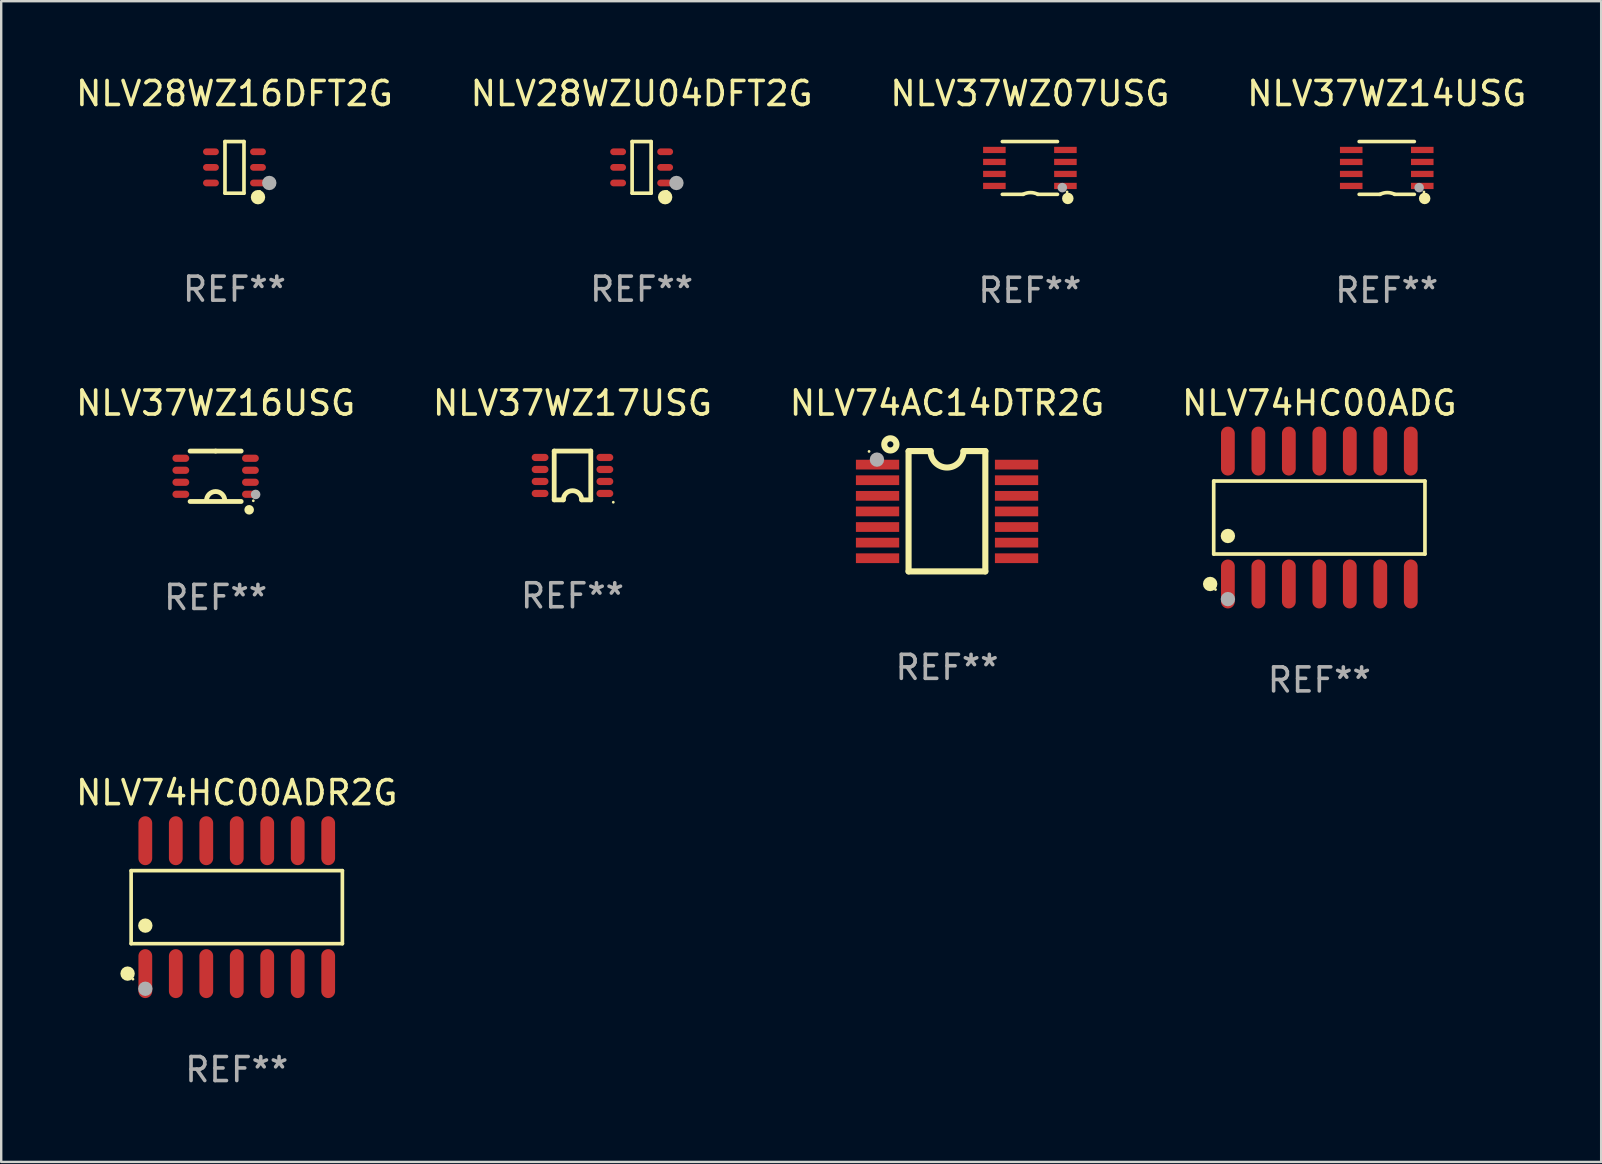
<source format=kicad_pcb>
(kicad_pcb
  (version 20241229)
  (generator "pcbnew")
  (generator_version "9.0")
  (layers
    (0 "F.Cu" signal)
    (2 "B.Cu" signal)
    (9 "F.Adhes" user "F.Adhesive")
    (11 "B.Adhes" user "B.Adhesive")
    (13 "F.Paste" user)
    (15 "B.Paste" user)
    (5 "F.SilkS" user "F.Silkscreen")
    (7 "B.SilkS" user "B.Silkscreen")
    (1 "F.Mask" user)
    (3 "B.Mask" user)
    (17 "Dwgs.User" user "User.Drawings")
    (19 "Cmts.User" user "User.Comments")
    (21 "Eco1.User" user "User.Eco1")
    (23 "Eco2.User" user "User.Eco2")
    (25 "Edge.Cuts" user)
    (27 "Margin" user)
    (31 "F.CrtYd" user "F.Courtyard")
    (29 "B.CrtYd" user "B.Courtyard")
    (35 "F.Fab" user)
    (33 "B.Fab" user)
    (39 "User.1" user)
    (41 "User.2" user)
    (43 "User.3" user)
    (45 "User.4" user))
  (footprint "NLV37WZ17USG"
    (layer "F.Cu")
    (at 20.804 16.761)
    (property "Reference" "NLV37WZ17USG" (at 0 -3.016 0) (layer "F.SilkS") (effects (font (size 1 1) (thickness 0.15))))
    (attr through_hole)
    (fp_line (start -0.762 -1.016) (end 0.762 -1.016) (stroke (width 0.2) (type solid)) (layer "F.SilkS"))
    (fp_line (start -0.762 1.016) (end -0.762 -1.016) (stroke (width 0.2) (type solid)) (layer "F.SilkS"))
    (fp_line (start -0.381 1.016) (end -0.762 1.016) (stroke (width 0.2) (type solid)) (layer "F.SilkS"))
    (fp_line (start 0.762 -1.016) (end 0.762 1.016) (stroke (width 0.2) (type solid)) (layer "F.SilkS"))
    (fp_line (start 0.762 1.016) (end 0.381 1.016) (stroke (width 0.2) (type solid)) (layer "F.SilkS"))
    (fp_arc (start -0.381051 1.015977) (mid -0.000025 0.635281) (end 0.381001 1.015977) (stroke (width 0.2) (type solid)) (layer "F.SilkS"))
    (fp_circle (center 1.7 1.116) (end 1.73 1.116) (stroke (width 0.06) (type solid)) (fill no) (layer "F.SilkS"))
    (fp_text user "REF**" (at 0 5.016 0) (layer "F.Fab") (effects (font (size 1 1) (thickness 0.15))))
    (pad "1" smd oval (at 1.35 0.75 90) (size 0.3 0.7) (layers "F.Cu" "F.Mask" "F.Paste"))
    (pad "2" smd oval (at 1.35 0.25 90) (size 0.3 0.7) (layers "F.Cu" "F.Mask" "F.Paste"))
    (pad "3" smd oval (at 1.35 -0.25 90) (size 0.3 0.7) (layers "F.Cu" "F.Mask" "F.Paste"))
    (pad "4" smd oval (at 1.35 -0.75 90) (size 0.3 0.7) (layers "F.Cu" "F.Mask" "F.Paste"))
    (pad "5" smd oval (at -1.35 -0.75 90) (size 0.3 0.7) (layers "F.Cu" "F.Mask" "F.Paste"))
    (pad "6" smd oval (at -1.35 -0.25 90) (size 0.3 0.7) (layers "F.Cu" "F.Mask" "F.Paste"))
    (pad "7" smd oval (at -1.35 0.25 90) (size 0.3 0.7) (layers "F.Cu" "F.Mask" "F.Paste"))
    (pad "8" smd oval (at -1.35 0.75 90) (size 0.3 0.7) (layers "F.Cu" "F.Mask" "F.Paste")))
  (footprint "NLV28WZU04DFT2G"
    (layer "F.Cu")
    (at 23.685 3.924)
    (property "Reference" "NLV28WZU04DFT2G" (at 0 -3.076 0) (layer "F.SilkS") (effects (font (size 1 1) (thickness 0.15))))
    (attr through_hole)
    (fp_line (start -0.396 -1.076) (end 0.396 -1.076) (stroke (width 0.152) (type solid)) (layer "F.SilkS"))
    (fp_line (start -0.396 1.076) (end -0.396 -1.076) (stroke (width 0.152) (type solid)) (layer "F.SilkS"))
    (fp_line (start 0.396 -1.076) (end 0.396 1.076) (stroke (width 0.152) (type solid)) (layer "F.SilkS"))
    (fp_line (start 0.396 1.076) (end -0.396 1.076) (stroke (width 0.152) (type solid)) (layer "F.SilkS"))
    (fp_circle (center 0.98 1.242) (end 1.13 1.242) (stroke (width 0.3) (type solid)) (fill no) (layer "F.SilkS"))
    (fp_circle (center 1.05 1) (end 1.08 1) (stroke (width 0.06) (type solid)) (fill no) (layer "F.SilkS"))
    (fp_circle (center 1.45 0.65) (end 1.6 0.65) (stroke (width 0.3) (type solid)) (fill no) (layer "F.Fab"))
    (fp_text user "REF**" (at 0 5.076 0) (layer "F.Fab") (effects (font (size 1 1) (thickness 0.15))))
    (pad "1" smd oval (at 0.98 0.65 90) (size 0.28 0.66) (layers "F.Cu" "F.Mask" "F.Paste"))
    (pad "2" smd oval (at 0.98 0 90) (size 0.28 0.66) (layers "F.Cu" "F.Mask" "F.Paste"))
    (pad "3" smd oval (at 0.98 -0.65 90) (size 0.28 0.66) (layers "F.Cu" "F.Mask" "F.Paste"))
    (pad "4" smd oval (at -0.98 -0.65 90) (size 0.28 0.66) (layers "F.Cu" "F.Mask" "F.Paste"))
    (pad "5" smd oval (at -0.98 0 90) (size 0.28 0.66) (layers "F.Cu" "F.Mask" "F.Paste"))
    (pad "6" smd oval (at -0.98 0.65 90) (size 0.28 0.66) (layers "F.Cu" "F.Mask" "F.Paste")))
  (footprint "NLV37WZ14USG"
    (layer "F.Cu")
    (at 54.732 3.948)
    (property "Reference" "NLV37WZ14USG" (at 0 -3.1 0) (layer "F.SilkS") (effects (font (size 1 1) (thickness 0.15))))
    (attr through_hole)
    (fp_line (start -1.15 -1.1) (end 1.15 -1.1) (stroke (width 0.15) (type solid)) (layer "F.SilkS"))
    (fp_line (start -1.15 1.1) (end -0.282 1.1) (stroke (width 0.15) (type solid)) (layer "F.SilkS"))
    (fp_line (start 1.15 1.1) (end 0.332 1.1) (stroke (width 0.15) (type solid)) (layer "F.SilkS"))
    (fp_arc (start -0.282449 1.1) (mid 0.025014 1.026651) (end 0.332741 1.098882) (stroke (width 0.150013) (type solid)) (layer "F.SilkS"))
    (fp_circle (center 1.55 1) (end 1.58 1) (stroke (width 0.06) (type solid)) (fill no) (layer "F.SilkS"))
    (fp_circle (center 1.58 1.27) (end 1.7 1.27) (stroke (width 0.24) (type solid)) (fill no) (layer "F.SilkS"))
    (fp_circle (center 1.35 0.82) (end 1.45 0.82) (stroke (width 0.2) (type solid)) (fill no) (layer "F.Fab"))
    (fp_text user "REF**" (at 0 5.1 0) (layer "F.Fab") (effects (font (size 1 1) (thickness 0.15))))
    (pad "1" smd rect (at 1.48 0.75) (size 0.94 0.26) (layers "F.Cu" "F.Mask" "F.Paste"))
    (pad "2" smd rect (at 1.48 0.25) (size 0.94 0.26) (layers "F.Cu" "F.Mask" "F.Paste"))
    (pad "3" smd rect (at 1.48 -0.25) (size 0.94 0.26) (layers "F.Cu" "F.Mask" "F.Paste"))
    (pad "4" smd rect (at 1.48 -0.75) (size 0.94 0.26) (layers "F.Cu" "F.Mask" "F.Paste"))
    (pad "5" smd rect (at -1.48 -0.75) (size 0.94 0.26) (layers "F.Cu" "F.Mask" "F.Paste"))
    (pad "6" smd rect (at -1.48 -0.25) (size 0.94 0.26) (layers "F.Cu" "F.Mask" "F.Paste"))
    (pad "7" smd rect (at -1.48 0.25) (size 0.94 0.26) (layers "F.Cu" "F.Mask" "F.Paste"))
    (pad "8" smd rect (at -1.48 0.75) (size 0.94 0.26) (layers "F.Cu" "F.Mask" "F.Paste")))
  (footprint "NLV74HC00ADG"
    (layer "F.Cu")
    (at 51.923 18.514)
    (property "Reference" "NLV74HC00ADG" (at 0 -4.769 0) (layer "F.SilkS") (effects (font (size 1 1) (thickness 0.15))))
    (attr through_hole)
    (fp_line (start -4.401 -1.521) (end 4.401 -1.521) (stroke (width 0.152) (type solid)) (layer "F.SilkS"))
    (fp_line (start -4.401 1.521) (end -4.401 -1.521) (stroke (width 0.152) (type solid)) (layer "F.SilkS"))
    (fp_line (start 4.401 -1.521) (end 4.401 1.521) (stroke (width 0.152) (type solid)) (layer "F.SilkS"))
    (fp_line (start 4.401 1.521) (end -4.401 1.521) (stroke (width 0.152) (type solid)) (layer "F.SilkS"))
    (fp_circle (center -4.549 2.769) (end -4.399 2.769) (stroke (width 0.3) (type solid)) (fill no) (layer "F.SilkS"))
    (fp_circle (center -4.325 3) (end -4.295 3) (stroke (width 0.06) (type solid)) (fill no) (layer "F.SilkS"))
    (fp_circle (center -3.81 0.769) (end -3.66 0.769) (stroke (width 0.3) (type solid)) (fill no) (layer "F.SilkS"))
    (fp_circle (center -3.81 3.4) (end -3.66 3.4) (stroke (width 0.3) (type solid)) (fill no) (layer "F.Fab"))
    (fp_text user "REF**" (at 0 6.769 0) (layer "F.Fab") (effects (font (size 1 1) (thickness 0.15))))
    (pad "1" smd oval (at -3.81 2.769) (size 0.574 2.038) (layers "F.Cu" "F.Mask" "F.Paste"))
    (pad "2" smd oval (at -2.54 2.769) (size 0.574 2.038) (layers "F.Cu" "F.Mask" "F.Paste"))
    (pad "3" smd oval (at -1.27 2.769) (size 0.574 2.038) (layers "F.Cu" "F.Mask" "F.Paste"))
    (pad "4" smd oval (at 0 2.769) (size 0.574 2.038) (layers "F.Cu" "F.Mask" "F.Paste"))
    (pad "5" smd oval (at 1.27 2.769) (size 0.574 2.038) (layers "F.Cu" "F.Mask" "F.Paste"))
    (pad "6" smd oval (at 2.54 2.769) (size 0.574 2.038) (layers "F.Cu" "F.Mask" "F.Paste"))
    (pad "7" smd oval (at 3.81 2.769) (size 0.574 2.038) (layers "F.Cu" "F.Mask" "F.Paste"))
    (pad "8" smd oval (at 3.81 -2.769) (size 0.574 2.038) (layers "F.Cu" "F.Mask" "F.Paste"))
    (pad "9" smd oval (at 2.54 -2.769) (size 0.574 2.038) (layers "F.Cu" "F.Mask" "F.Paste"))
    (pad "10" smd oval (at 1.27 -2.769) (size 0.574 2.038) (layers "F.Cu" "F.Mask" "F.Paste"))
    (pad "11" smd oval (at 0 -2.769) (size 0.574 2.038) (layers "F.Cu" "F.Mask" "F.Paste"))
    (pad "12" smd oval (at -1.27 -2.769) (size 0.574 2.038) (layers "F.Cu" "F.Mask" "F.Paste"))
    (pad "13" smd oval (at -2.54 -2.769) (size 0.574 2.038) (layers "F.Cu" "F.Mask" "F.Paste"))
    (pad "14" smd oval (at -3.81 -2.769) (size 0.574 2.038) (layers "F.Cu" "F.Mask" "F.Paste")))
  (footprint "NLV37WZ07USG"
    (layer "F.Cu")
    (at 39.863 3.948)
    (property "Reference" "NLV37WZ07USG" (at 0 -3.1 0) (layer "F.SilkS") (effects (font (size 1 1) (thickness 0.15))))
    (attr through_hole)
    (fp_line (start -1.15 -1.1) (end 1.15 -1.1) (stroke (width 0.15) (type solid)) (layer "F.SilkS"))
    (fp_line (start -1.15 1.1) (end -0.282 1.1) (stroke (width 0.15) (type solid)) (layer "F.SilkS"))
    (fp_line (start 1.15 1.1) (end 0.332 1.1) (stroke (width 0.15) (type solid)) (layer "F.SilkS"))
    (fp_arc (start -0.282449 1.1) (mid 0.025014 1.026651) (end 0.332741 1.098882) (stroke (width 0.150013) (type solid)) (layer "F.SilkS"))
    (fp_circle (center 1.55 1) (end 1.58 1) (stroke (width 0.06) (type solid)) (fill no) (layer "F.SilkS"))
    (fp_circle (center 1.58 1.27) (end 1.7 1.27) (stroke (width 0.24) (type solid)) (fill no) (layer "F.SilkS"))
    (fp_circle (center 1.35 0.82) (end 1.45 0.82) (stroke (width 0.2) (type solid)) (fill no) (layer "F.Fab"))
    (fp_text user "REF**" (at 0 5.1 0) (layer "F.Fab") (effects (font (size 1 1) (thickness 0.15))))
    (pad "1" smd rect (at 1.48 0.75) (size 0.94 0.26) (layers "F.Cu" "F.Mask" "F.Paste"))
    (pad "2" smd rect (at 1.48 0.25) (size 0.94 0.26) (layers "F.Cu" "F.Mask" "F.Paste"))
    (pad "3" smd rect (at 1.48 -0.25) (size 0.94 0.26) (layers "F.Cu" "F.Mask" "F.Paste"))
    (pad "4" smd rect (at 1.48 -0.75) (size 0.94 0.26) (layers "F.Cu" "F.Mask" "F.Paste"))
    (pad "5" smd rect (at -1.48 -0.75) (size 0.94 0.26) (layers "F.Cu" "F.Mask" "F.Paste"))
    (pad "6" smd rect (at -1.48 -0.25) (size 0.94 0.26) (layers "F.Cu" "F.Mask" "F.Paste"))
    (pad "7" smd rect (at -1.48 0.25) (size 0.94 0.26) (layers "F.Cu" "F.Mask" "F.Paste"))
    (pad "8" smd rect (at -1.48 0.75) (size 0.94 0.26) (layers "F.Cu" "F.Mask" "F.Paste")))
  (footprint "NLV74AC14DTR2G"
    (layer "F.Cu")
    (at 36.411 18.252)
    (property "Reference" "NLV74AC14DTR2G" (at 0 -4.507 0) (layer "F.SilkS") (effects (font (size 1 1) (thickness 0.15))))
    (attr through_hole)
    (fp_line (start -1.603 2.507) (end -1.603 -2.494) (stroke (width 0.254) (type solid)) (layer "F.SilkS"))
    (fp_line (start -1.603 2.507) (end 1.595 2.507) (stroke (width 0.254) (type solid)) (layer "F.SilkS"))
    (fp_line (start -1.6 -2.507) (end -0.686 -2.507) (stroke (width 0.254) (type solid)) (layer "F.SilkS"))
    (fp_line (start 0.686 -2.507) (end 1.6 -2.507) (stroke (width 0.254) (type solid)) (layer "F.SilkS"))
    (fp_line (start 1.595 2.507) (end 1.595 -2.494) (stroke (width 0.254) (type solid)) (layer "F.SilkS"))
    (fp_arc (start 0.685852 -2.506998) (mid 0.000051 -1.821197) (end -0.68575 -2.506998) (stroke (width 0.254001) (type solid)) (layer "F.SilkS"))
    (fp_circle (center -3.25 -2.492) (end -3.22 -2.492) (stroke (width 0.06) (type solid)) (fill no) (layer "F.SilkS"))
    (fp_circle (center -2.362 -2.786) (end -2.108 -2.786) (stroke (width 0.254) (type solid)) (fill no) (layer "F.SilkS"))
    (fp_circle (center -2.921 -2.151) (end -2.771 -2.151) (stroke (width 0.3) (type solid)) (fill no) (layer "F.Fab"))
    (fp_text user "REF**" (at 0 6.507 0) (layer "F.Fab") (effects (font (size 1 1) (thickness 0.15))))
    (pad "1" smd rect (at -2.896 -1.942) (size 1.803 0.406) (layers "F.Cu" "F.Mask" "F.Paste"))
    (pad "2" smd rect (at -2.896 -1.292) (size 1.803 0.406) (layers "F.Cu" "F.Mask" "F.Paste"))
    (pad "3" smd rect (at -2.896 -0.642) (size 1.803 0.406) (layers "F.Cu" "F.Mask" "F.Paste"))
    (pad "4" smd rect (at -2.896 0.008) (size 1.803 0.406) (layers "F.Cu" "F.Mask" "F.Paste"))
    (pad "5" smd rect (at -2.896 0.658) (size 1.803 0.406) (layers "F.Cu" "F.Mask" "F.Paste"))
    (pad "6" smd rect (at -2.896 1.308) (size 1.803 0.406) (layers "F.Cu" "F.Mask" "F.Paste"))
    (pad "7" smd rect (at -2.896 1.958) (size 1.803 0.406) (layers "F.Cu" "F.Mask" "F.Paste"))
    (pad "8" smd rect (at 2.896 1.958) (size 1.803 0.406) (layers "F.Cu" "F.Mask" "F.Paste"))
    (pad "9" smd rect (at 2.896 1.308) (size 1.803 0.406) (layers "F.Cu" "F.Mask" "F.Paste"))
    (pad "10" smd rect (at 2.896 0.658) (size 1.803 0.406) (layers "F.Cu" "F.Mask" "F.Paste"))
    (pad "11" smd rect (at 2.896 0.008) (size 1.803 0.406) (layers "F.Cu" "F.Mask" "F.Paste"))
    (pad "12" smd rect (at 2.896 -0.642) (size 1.803 0.406) (layers "F.Cu" "F.Mask" "F.Paste"))
    (pad "13" smd rect (at 2.896 -1.292) (size 1.803 0.406) (layers "F.Cu" "F.Mask" "F.Paste"))
    (pad "14" smd rect (at 2.896 -1.942) (size 1.803 0.406) (layers "F.Cu" "F.Mask" "F.Paste")))
  (footprint "NLV37WZ16USG"
    (layer "F.Cu")
    (at 5.935 16.795)
    (property "Reference" "NLV37WZ16USG" (at 0 -3.05 0) (layer "F.SilkS") (effects (font (size 1 1) (thickness 0.15))))
    (attr through_hole)
    (fp_line (start -1.064 1.05) (end 1.064 1.05) (stroke (width 0.2) (type solid)) (layer "F.SilkS"))
    (fp_line (start -0.000051 -1.05) (end -1.064 -1.05) (stroke (width 0.2) (type solid)) (layer "F.SilkS"))
    (fp_line (start -0.000051 -1.05) (end 1.064 -1.05) (stroke (width 0.2) (type solid)) (layer "F.SilkS"))
    (fp_arc (start -0.381102 1.015991) (mid -0.000077 0.635294) (end 0.38095 1.015989) (stroke (width 0.2) (type solid)) (layer "F.SilkS"))
    (fp_circle (center 1.397 1.397) (end 1.497 1.397) (stroke (width 0.2) (type solid)) (fill no) (layer "F.SilkS"))
    (fp_circle (center 1.57 1.02) (end 1.6 1.02) (stroke (width 0.06) (type solid)) (fill no) (layer "F.SilkS"))
    (fp_circle (center 1.666 0.758) (end 1.766 0.758) (stroke (width 0.2) (type solid)) (fill no) (layer "F.Fab"))
    (fp_text user "REF**" (at 0 5.05 0) (layer "F.Fab") (effects (font (size 1 1) (thickness 0.15))))
    (pad "1" smd oval (at 1.45 0.75 90) (size 0.3 0.7) (layers "F.Cu" "F.Mask" "F.Paste"))
    (pad "2" smd oval (at 1.45 0.25 90) (size 0.3 0.7) (layers "F.Cu" "F.Mask" "F.Paste"))
    (pad "3" smd oval (at 1.45 -0.25 90) (size 0.3 0.7) (layers "F.Cu" "F.Mask" "F.Paste"))
    (pad "4" smd oval (at 1.45 -0.75 90) (size 0.3 0.7) (layers "F.Cu" "F.Mask" "F.Paste"))
    (pad "5" smd oval (at -1.45 -0.75 90) (size 0.3 0.7) (layers "F.Cu" "F.Mask" "F.Paste"))
    (pad "6" smd oval (at -1.45 -0.25 90) (size 0.3 0.7) (layers "F.Cu" "F.Mask" "F.Paste"))
    (pad "7" smd oval (at -1.45 0.25 90) (size 0.3 0.7) (layers "F.Cu" "F.Mask" "F.Paste"))
    (pad "8" smd oval (at -1.45 0.75 90) (size 0.3 0.7) (layers "F.Cu" "F.Mask" "F.Paste")))
  (footprint "NLV74HC00ADR2G"
    (layer "F.Cu")
    (at 6.815 34.749)
    (property "Reference" "NLV74HC00ADR2G" (at 0 -4.769 0) (layer "F.SilkS") (effects (font (size 1 1) (thickness 0.15))))
    (attr through_hole)
    (fp_line (start -4.401 -1.521) (end 4.401 -1.521) (stroke (width 0.152) (type solid)) (layer "F.SilkS"))
    (fp_line (start -4.401 1.521) (end -4.401 -1.521) (stroke (width 0.152) (type solid)) (layer "F.SilkS"))
    (fp_line (start 4.401 -1.521) (end 4.401 1.521) (stroke (width 0.152) (type solid)) (layer "F.SilkS"))
    (fp_line (start 4.401 1.521) (end -4.401 1.521) (stroke (width 0.152) (type solid)) (layer "F.SilkS"))
    (fp_circle (center -4.549 2.769) (end -4.399 2.769) (stroke (width 0.3) (type solid)) (fill no) (layer "F.SilkS"))
    (fp_circle (center -4.325 3) (end -4.295 3) (stroke (width 0.06) (type solid)) (fill no) (layer "F.SilkS"))
    (fp_circle (center -3.81 0.769) (end -3.66 0.769) (stroke (width 0.3) (type solid)) (fill no) (layer "F.SilkS"))
    (fp_circle (center -3.81 3.4) (end -3.66 3.4) (stroke (width 0.3) (type solid)) (fill no) (layer "F.Fab"))
    (fp_text user "REF**" (at 0 6.769 0) (layer "F.Fab") (effects (font (size 1 1) (thickness 0.15))))
    (pad "1" smd oval (at -3.81 2.769) (size 0.574 2.038) (layers "F.Cu" "F.Mask" "F.Paste"))
    (pad "2" smd oval (at -2.54 2.769) (size 0.574 2.038) (layers "F.Cu" "F.Mask" "F.Paste"))
    (pad "3" smd oval (at -1.27 2.769) (size 0.574 2.038) (layers "F.Cu" "F.Mask" "F.Paste"))
    (pad "4" smd oval (at 0 2.769) (size 0.574 2.038) (layers "F.Cu" "F.Mask" "F.Paste"))
    (pad "5" smd oval (at 1.27 2.769) (size 0.574 2.038) (layers "F.Cu" "F.Mask" "F.Paste"))
    (pad "6" smd oval (at 2.54 2.769) (size 0.574 2.038) (layers "F.Cu" "F.Mask" "F.Paste"))
    (pad "7" smd oval (at 3.81 2.769) (size 0.574 2.038) (layers "F.Cu" "F.Mask" "F.Paste"))
    (pad "8" smd oval (at 3.81 -2.769) (size 0.574 2.038) (layers "F.Cu" "F.Mask" "F.Paste"))
    (pad "9" smd oval (at 2.54 -2.769) (size 0.574 2.038) (layers "F.Cu" "F.Mask" "F.Paste"))
    (pad "10" smd oval (at 1.27 -2.769) (size 0.574 2.038) (layers "F.Cu" "F.Mask" "F.Paste"))
    (pad "11" smd oval (at 0 -2.769) (size 0.574 2.038) (layers "F.Cu" "F.Mask" "F.Paste"))
    (pad "12" smd oval (at -1.27 -2.769) (size 0.574 2.038) (layers "F.Cu" "F.Mask" "F.Paste"))
    (pad "13" smd oval (at -2.54 -2.769) (size 0.574 2.038) (layers "F.Cu" "F.Mask" "F.Paste"))
    (pad "14" smd oval (at -3.81 -2.769) (size 0.574 2.038) (layers "F.Cu" "F.Mask" "F.Paste")))
  (footprint "NLV28WZ16DFT2G"
    (layer "F.Cu")
    (at 6.72 3.924)
    (property "Reference" "NLV28WZ16DFT2G" (at 0 -3.076 0) (layer "F.SilkS") (effects (font (size 1 1) (thickness 0.15))))
    (attr through_hole)
    (fp_line (start -0.396 -1.076) (end 0.396 -1.076) (stroke (width 0.152) (type solid)) (layer "F.SilkS"))
    (fp_line (start -0.396 1.076) (end -0.396 -1.076) (stroke (width 0.152) (type solid)) (layer "F.SilkS"))
    (fp_line (start 0.396 -1.076) (end 0.396 1.076) (stroke (width 0.152) (type solid)) (layer "F.SilkS"))
    (fp_line (start 0.396 1.076) (end -0.396 1.076) (stroke (width 0.152) (type solid)) (layer "F.SilkS"))
    (fp_circle (center 0.98 1.242) (end 1.13 1.242) (stroke (width 0.3) (type solid)) (fill no) (layer "F.SilkS"))
    (fp_circle (center 1.05 1) (end 1.08 1) (stroke (width 0.06) (type solid)) (fill no) (layer "F.SilkS"))
    (fp_circle (center 1.45 0.65) (end 1.6 0.65) (stroke (width 0.3) (type solid)) (fill no) (layer "F.Fab"))
    (fp_text user "REF**" (at 0 5.076 0) (layer "F.Fab") (effects (font (size 1 1) (thickness 0.15))))
    (pad "1" smd oval (at 0.98 0.65 90) (size 0.28 0.66) (layers "F.Cu" "F.Mask" "F.Paste"))
    (pad "2" smd oval (at 0.98 0 90) (size 0.28 0.66) (layers "F.Cu" "F.Mask" "F.Paste"))
    (pad "3" smd oval (at 0.98 -0.65 90) (size 0.28 0.66) (layers "F.Cu" "F.Mask" "F.Paste"))
    (pad "4" smd oval (at -0.98 -0.65 90) (size 0.28 0.66) (layers "F.Cu" "F.Mask" "F.Paste"))
    (pad "5" smd oval (at -0.98 0 90) (size 0.28 0.66) (layers "F.Cu" "F.Mask" "F.Paste"))
    (pad "6" smd oval (at -0.98 0.65 90) (size 0.28 0.66) (layers "F.Cu" "F.Mask" "F.Paste")))
  (gr_rect
    (start -3 -3)
    (end 63.667 45.366)
    (stroke (width 0.1) (type default))
    (fill no)
    (layer "Edge.Cuts")))
</source>
